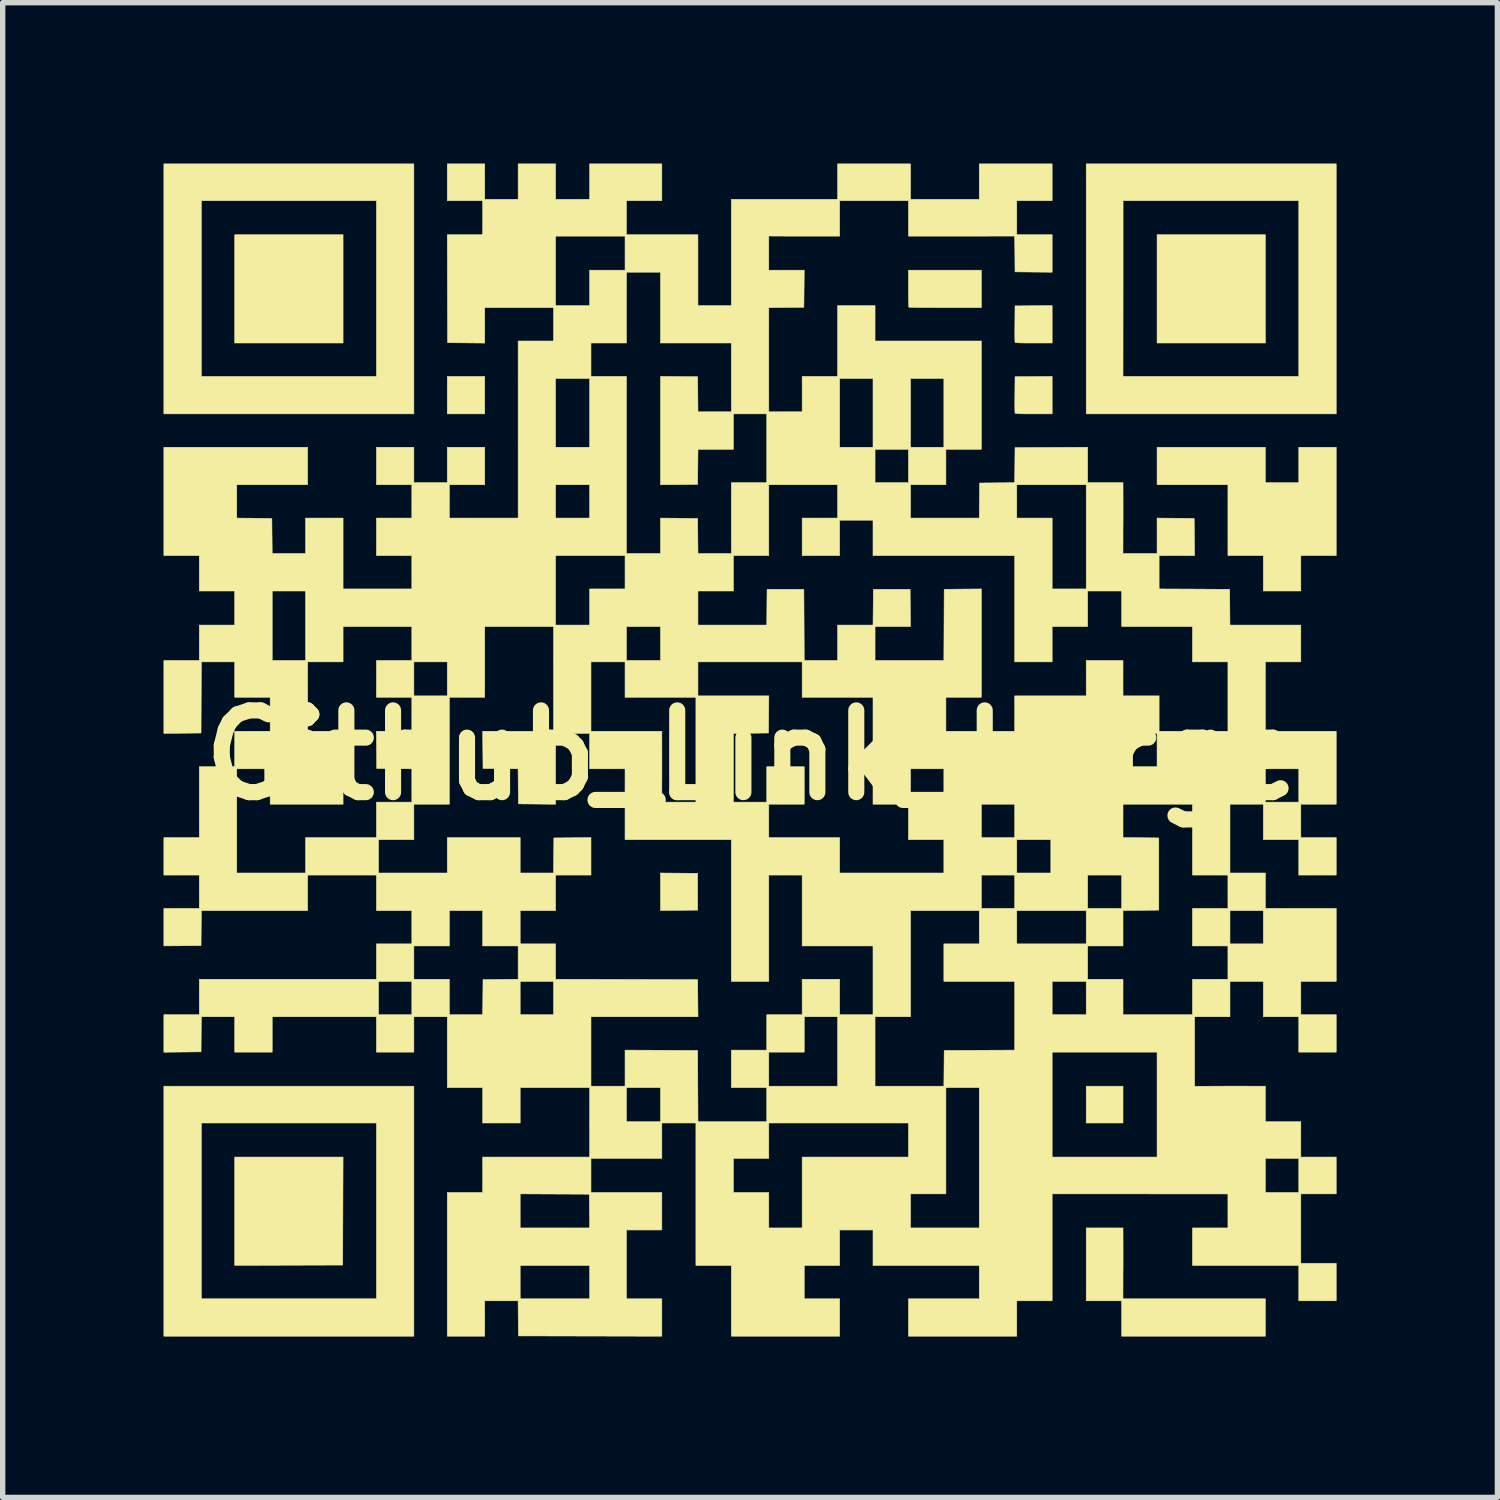
<source format=kicad_pcb>
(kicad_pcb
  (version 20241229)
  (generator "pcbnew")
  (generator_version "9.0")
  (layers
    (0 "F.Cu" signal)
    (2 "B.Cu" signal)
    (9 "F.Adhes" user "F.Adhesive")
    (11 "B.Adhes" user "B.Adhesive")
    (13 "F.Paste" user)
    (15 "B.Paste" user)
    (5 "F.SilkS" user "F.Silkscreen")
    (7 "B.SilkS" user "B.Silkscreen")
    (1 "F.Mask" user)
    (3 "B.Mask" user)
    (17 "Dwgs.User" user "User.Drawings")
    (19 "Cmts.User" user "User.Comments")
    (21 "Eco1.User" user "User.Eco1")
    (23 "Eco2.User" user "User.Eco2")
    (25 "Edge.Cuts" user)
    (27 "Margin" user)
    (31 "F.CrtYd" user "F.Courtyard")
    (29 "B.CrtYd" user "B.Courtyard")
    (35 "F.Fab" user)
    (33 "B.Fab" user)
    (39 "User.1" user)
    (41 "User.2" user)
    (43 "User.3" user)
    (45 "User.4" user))
  (footprint "Github_Link_Large"
    (layer "F.Cu")
    (at 10.991 11.029)
    (property "Reference" "Github_Link_Large" (at 0 0 0) (layer "F.SilkS") (effects (font (size 1.524 1.524) (thickness 0.3))))
    (attr through_hole)
    (fp_poly (pts (xy -7.652 9.506) (xy -9.665 9.512) (xy -9.665 7.493) (xy -7.645 7.493) (xy -7.652 9.506)) (stroke (width 0.01) (type solid)) (fill yes) (layer "F.SilkS"))
    (fp_poly (pts (xy -7.645 -7.684) (xy -9.665 -7.684) (xy -9.665 -9.703) (xy -7.645 -9.703) (xy -7.645 -7.684)) (stroke (width 0.01) (type solid)) (fill yes) (layer "F.SilkS"))
    (fp_poly (pts (xy -5.004 -6.363) (xy -5.702 -6.363) (xy -5.702 -7.061) (xy -5.004 -7.061) (xy -5.004 -6.363)) (stroke (width 0.01) (type solid)) (fill yes) (layer "F.SilkS"))
    (fp_poly (pts (xy 6.896 6.858) (xy 6.21 6.858) (xy 6.21 6.172) (xy 6.896 6.172) (xy 6.896 6.858)) (stroke (width 0.01) (type solid)) (fill yes) (layer "F.SilkS"))
    (fp_poly (pts (xy 9.55 -7.684) (xy 7.531 -7.684) (xy 7.531 -9.703) (xy 9.55 -9.703) (xy 9.55 -7.684)) (stroke (width 0.01) (type solid)) (fill yes) (layer "F.SilkS"))
    (fp_poly (pts (xy -1.381 2.2) (xy -1.035 2.203) (xy -1.035 2.889) (xy -1.727 2.896) (xy -1.727 2.197) (xy -1.381 2.2)) (stroke (width 0.01) (type solid)) (fill yes) (layer "F.SilkS"))
    (fp_poly (pts (xy -6.325 -6.363) (xy -10.986 -6.363) (xy -10.986 -10.338) (xy -10.287 -10.338) (xy -10.287 -7.061) (xy -7.023 -7.061) (xy -7.023 -10.338) (xy -10.287 -10.338) (xy -10.986 -10.338) (xy -10.986 -11.024) (xy -6.325 -11.024) (xy -6.325 -6.363)) (stroke (width 0.01) (type solid)) (fill yes) (layer "F.SilkS"))
    (fp_poly (pts (xy 10.871 -6.363) (xy 6.21 -6.363) (xy 6.21 -7.061) (xy 6.896 -7.061) (xy 10.173 -7.061) (xy 10.173 -10.338) (xy 8.535 -10.338) (xy 6.897 -10.338) (xy 6.897 -8.7) (xy 6.896 -7.061) (xy 6.21 -7.061) (xy 6.21 -11.024) (xy 10.871 -11.024) (xy 10.871 -6.363)) (stroke (width 0.01) (type solid)) (fill yes) (layer "F.SilkS"))
    (fp_poly (pts (xy 9.55 -5.08) (xy 10.173 -5.08) (xy 10.173 -5.74) (xy 10.871 -5.74) (xy 10.871 -3.721) (xy 10.211 -3.721) (xy 10.211 -3.061) (xy 9.512 -3.061) (xy 9.512 -3.721) (xy 8.852 -3.721) (xy 8.852 -5.042) (xy 7.531 -5.042) (xy 7.531 -5.74) (xy 9.55 -5.74) (xy 9.55 -5.08)) (stroke (width 0.01) (type solid)) (fill yes) (layer "F.SilkS"))
    (fp_poly (pts (xy 6.897 9.154) (xy 6.897 9.269) (xy 6.897 9.398) (xy 6.897 9.532) (xy 6.896 9.662) (xy 6.896 9.779) (xy 6.896 9.814) (xy 6.895 10.135) (xy 9.55 10.135) (xy 9.55 10.833) (xy 6.871 10.833) (xy 6.871 10.173) (xy 6.21 10.173) (xy 6.21 8.814) (xy 6.896 8.814) (xy 6.897 9.154)) (stroke (width 0.01) (type solid)) (fill yes) (layer "F.SilkS"))
    (fp_poly (pts (xy 5.575 -7.684) (xy 5.232 -7.684) (xy 5.124 -7.684) (xy 5.04 -7.685) (xy 4.976 -7.686) (xy 4.93 -7.689) (xy 4.901 -7.692) (xy 4.886 -7.696) (xy 4.883 -7.7) (xy 4.881 -7.716) (xy 4.88 -7.755) (xy 4.879 -7.811) (xy 4.879 -7.883) (xy 4.879 -7.966) (xy 4.88 -8.046) (xy 4.883 -8.376) (xy 5.229 -8.379) (xy 5.575 -8.382) (xy 5.575 -7.684)) (stroke (width 0.01) (type solid)) (fill yes) (layer "F.SilkS"))
    (fp_poly (pts (xy 5.575 -6.363) (xy 5.232 -6.363) (xy 5.124 -6.363) (xy 5.04 -6.364) (xy 4.976 -6.365) (xy 4.93 -6.368) (xy 4.901 -6.371) (xy 4.886 -6.375) (xy 4.883 -6.379) (xy 4.881 -6.395) (xy 4.88 -6.434) (xy 4.879 -6.491) (xy 4.879 -6.562) (xy 4.879 -6.645) (xy 4.88 -6.725) (xy 4.883 -7.055) (xy 5.229 -7.058) (xy 5.575 -7.062) (xy 5.575 -6.363)) (stroke (width 0.01) (type solid)) (fill yes) (layer "F.SilkS"))
    (fp_poly (pts (xy 4.255 -8.344) (xy 3.584 -8.344) (xy 3.455 -8.344) (xy 3.335 -8.345) (xy 3.224 -8.345) (xy 3.126 -8.346) (xy 3.043 -8.347) (xy 2.978 -8.349) (xy 2.931 -8.35) (xy 2.907 -8.352) (xy 2.904 -8.352) (xy 2.902 -8.367) (xy 2.9 -8.403) (xy 2.898 -8.458) (xy 2.897 -8.529) (xy 2.896 -8.611) (xy 2.896 -8.701) (xy 2.896 -9.042) (xy 4.255 -9.042) (xy 4.255 -8.344)) (stroke (width 0.01) (type solid)) (fill yes) (layer "F.SilkS"))
    (fp_poly (pts (xy -8.143 6.172) (xy -7.942 6.172) (xy -7.749 6.172) (xy -7.564 6.172) (xy -7.39 6.172) (xy -7.228 6.172) (xy -7.082 6.172) (xy -6.952 6.172) (xy -6.84 6.172) (xy -6.75 6.172) (xy -6.682 6.172) (xy -6.658 6.172) (xy -6.325 6.172) (xy -6.325 10.833) (xy -10.986 10.833) (xy -10.986 6.858) (xy -10.287 6.858) (xy -10.287 10.135) (xy -7.023 10.135) (xy -7.023 6.858) (xy -10.287 6.858) (xy -10.986 6.858) (xy -10.986 6.172) (xy -10.658 6.172) (xy -10.588 6.172) (xy -10.495 6.172) (xy -10.382 6.172) (xy -10.25 6.172) (xy -10.102 6.172) (xy -9.94 6.172) (xy -9.764 6.172) (xy -9.578 6.172) (xy -9.384 6.172) (xy -9.183 6.172) (xy -8.976 6.172) (xy -8.768 6.172) (xy -8.558 6.172) (xy -8.349 6.172) (xy -8.143 6.172)) (stroke (width 0.01) (type solid)) (fill yes) (layer "F.SilkS"))
    (fp_poly (pts (xy -5.004 -10.363) (xy -4.381 -10.363) (xy -4.381 -11.024) (xy -3.683 -11.024) (xy -3.683 -10.363) (xy -3.048 -10.363) (xy -3.048 -11.024) (xy -1.702 -11.024) (xy -1.702 -10.338) (xy -2.362 -10.338) (xy -2.362 -9.703) (xy -1.029 -9.703) (xy -1.029 -8.382) (xy -0.406 -8.382) (xy -0.406 -10.363) (xy 1.575 -10.363) (xy 1.575 -11.024) (xy 2.934 -11.024) (xy 2.934 -10.363) (xy 4.216 -10.363) (xy 4.216 -11.024) (xy 5.575 -11.024) (xy 5.575 -10.338) (xy 4.915 -10.338) (xy 4.915 -9.703) (xy 5.575 -9.703) (xy 5.575 -9.353) (xy 5.575 -9.004) (xy 5.229 -9.007) (xy 4.883 -9.011) (xy 4.88 -9.344) (xy 4.876 -9.678) (xy 4.226 -9.677) (xy 4.085 -9.677) (xy 3.94 -9.677) (xy 3.795 -9.677) (xy 3.654 -9.677) (xy 3.522 -9.677) (xy 3.403 -9.677) (xy 3.302 -9.677) (xy 3.235 -9.677) (xy 2.896 -9.677) (xy 2.896 -10.338) (xy 1.613 -10.338) (xy 1.613 -9.677) (xy 1.273 -9.677) (xy 1.158 -9.677) (xy 1.029 -9.677) (xy 0.895 -9.677) (xy 0.765 -9.677) (xy 0.648 -9.677) (xy 0.613 -9.677) (xy 0.292 -9.679) (xy 0.292 -9.042) (xy 0.953 -9.042) (xy 0.946 -8.35) (xy 0.292 -8.343) (xy 0.292 -6.401) (xy 0.914 -6.401) (xy 0.914 -7.023) (xy 1.613 -7.023) (xy 1.613 -5.74) (xy 2.235 -5.74) (xy 2.235 -7.023) (xy 2.934 -7.023) (xy 2.934 -5.74) (xy 3.556 -5.74) (xy 3.556 -7.023) (xy 2.934 -7.023) (xy 2.235 -7.023) (xy 1.613 -7.023) (xy 0.914 -7.023) (xy 0.914 -7.061) (xy 1.575 -7.061) (xy 1.575 -8.382) (xy 2.273 -8.382) (xy 2.273 -7.722) (xy 4.255 -7.722) (xy 4.255 -5.702) (xy 3.594 -5.702) (xy 3.594 -5.042) (xy 2.934 -5.042) (xy 2.934 -4.42) (xy 4.216 -4.42) (xy 4.219 -4.747) (xy 4.222 -5.042) (xy 4.915 -5.042) (xy 4.915 -4.42) (xy 5.575 -4.42) (xy 5.575 -3.099) (xy 6.21 -3.099) (xy 6.21 -5.042) (xy 4.915 -5.042) (xy 4.222 -5.042) (xy 4.223 -5.074) (xy 4.876 -5.08) (xy 4.883 -5.734) (xy 5.559 -5.737) (xy 6.236 -5.741) (xy 6.236 -5.08) (xy 6.896 -5.08) (xy 6.897 -4.74) (xy 6.897 -4.625) (xy 6.897 -4.496) (xy 6.897 -4.362) (xy 6.896 -4.232) (xy 6.896 -4.115) (xy 6.896 -4.08) (xy 6.895 -3.759) (xy 7.213 -3.759) (xy 7.531 -3.759) (xy 7.531 -4.42) (xy 7.877 -4.417) (xy 8.223 -4.413) (xy 8.23 -3.721) (xy 7.569 -3.721) (xy 7.569 -3.41) (xy 7.569 -3.099) (xy 8.226 -3.096) (xy 8.884 -3.092) (xy 8.887 -2.759) (xy 8.89 -2.425) (xy 9.211 -2.426) (xy 9.321 -2.426) (xy 9.448 -2.426) (xy 9.581 -2.426) (xy 9.713 -2.426) (xy 9.834 -2.426) (xy 9.871 -2.426) (xy 10.211 -2.426) (xy 10.211 -1.74) (xy 9.55 -1.74) (xy 9.55 -0.445) (xy 10.871 -0.445) (xy 10.871 0.914) (xy 10.211 0.914) (xy 10.211 1.537) (xy 10.871 1.537) (xy 10.871 2.235) (xy 10.173 2.235) (xy 10.173 1.575) (xy 9.512 1.575) (xy 9.512 0.914) (xy 8.89 0.914) (xy 8.89 2.197) (xy 9.55 2.197) (xy 9.55 2.857) (xy 10.871 2.857) (xy 10.871 4.216) (xy 10.211 4.216) (xy 10.211 4.839) (xy 10.871 4.839) (xy 10.871 5.537) (xy 10.173 5.537) (xy 10.173 4.877) (xy 9.512 4.877) (xy 9.512 4.216) (xy 8.89 4.216) (xy 8.89 4.877) (xy 8.23 4.877) (xy 8.23 6.174) (xy 8.557 6.172) (xy 8.67 6.172) (xy 8.8 6.171) (xy 8.936 6.171) (xy 9.068 6.171) (xy 9.189 6.171) (xy 9.217 6.171) (xy 9.55 6.172) (xy 9.55 6.833) (xy 10.211 6.833) (xy 10.211 7.493) (xy 10.871 7.493) (xy 10.871 8.179) (xy 10.211 8.179) (xy 10.211 9.474) (xy 10.871 9.474) (xy 10.871 10.173) (xy 10.173 10.173) (xy 10.173 9.512) (xy 8.191 9.512) (xy 8.191 8.814) (xy 8.852 8.814) (xy 8.852 8.18) (xy 5.575 8.179) (xy 5.575 10.173) (xy 4.915 10.173) (xy 4.915 10.833) (xy 2.896 10.833) (xy 2.896 10.135) (xy 4.216 10.135) (xy 4.216 9.512) (xy 2.235 9.512) (xy 2.235 8.852) (xy 1.613 8.852) (xy 1.613 9.512) (xy 0.953 9.512) (xy 0.953 10.135) (xy 1.613 10.135) (xy 1.613 10.833) (xy -0.406 10.833) (xy -0.406 9.512) (xy -1.067 9.512) (xy -1.067 7.518) (xy -0.368 7.518) (xy -0.368 8.153) (xy 0.292 8.153) (xy 0.292 8.814) (xy 0.914 8.814) (xy 0.914 8.179) (xy 2.934 8.179) (xy 2.934 8.814) (xy 4.216 8.814) (xy 4.216 7.518) (xy 9.55 7.518) (xy 9.55 8.153) (xy 10.173 8.153) (xy 10.173 7.518) (xy 9.55 7.518) (xy 4.216 7.518) (xy 4.216 6.198) (xy 3.594 6.198) (xy 3.594 8.179) (xy 2.934 8.179) (xy 0.914 8.179) (xy 0.914 7.493) (xy 2.896 7.493) (xy 2.896 6.858) (xy 0.292 6.858) (xy 0.292 7.518) (xy -0.368 7.518) (xy -1.067 7.518) (xy -1.067 6.858) (xy -1.702 6.858) (xy -1.702 7.518) (xy -3.023 7.518) (xy -3.023 8.153) (xy -1.702 8.153) (xy -1.702 8.852) (xy -2.362 8.852) (xy -2.362 10.135) (xy -1.702 10.135) (xy -1.702 10.833) (xy -4.375 10.827) (xy -4.379 10.5) (xy -4.382 10.173) (xy -5.004 10.173) (xy -5.004 10.833) (xy -5.702 10.833) (xy -5.702 9.512) (xy -4.343 9.512) (xy -4.343 10.135) (xy -3.048 10.135) (xy -3.048 9.512) (xy -4.343 9.512) (xy -5.702 9.512) (xy -5.702 8.814) (xy -4.343 8.814) (xy -3.048 8.814) (xy -3.051 8.499) (xy -3.054 8.185) (xy -4.343 8.179) (xy -4.343 8.814) (xy -5.702 8.814) (xy -5.702 8.153) (xy -5.042 8.153) (xy -5.042 7.493) (xy -3.048 7.493) (xy -3.048 6.198) (xy -2.362 6.198) (xy -2.362 6.833) (xy -1.727 6.833) (xy -1.727 6.198) (xy -2.362 6.198) (xy -3.048 6.198) (xy -4.343 6.198) (xy -4.343 6.858) (xy -5.042 6.858) (xy -5.042 6.198) (xy -5.702 6.198) (xy -5.702 4.877) (xy -6.325 4.877) (xy -6.325 5.537) (xy -7.023 5.537) (xy -7.023 4.877) (xy -8.966 4.877) (xy -8.966 5.537) (xy -9.665 5.537) (xy -9.665 4.877) (xy -10.287 4.877) (xy -10.293 5.531) (xy -10.986 5.538) (xy -10.986 4.839) (xy -10.325 4.839) (xy -10.325 4.216) (xy -6.985 4.216) (xy -6.985 4.839) (xy -6.363 4.839) (xy -6.363 4.216) (xy -6.985 4.216) (xy -10.325 4.216) (xy -10.325 4.178) (xy -7.023 4.178) (xy -7.023 3.556) (xy -6.325 3.556) (xy -6.325 4.178) (xy -5.664 4.178) (xy -5.664 4.839) (xy -5.042 4.839) (xy -5.039 4.512) (xy -5.036 4.216) (xy -4.343 4.216) (xy -4.343 4.839) (xy -3.721 4.839) (xy -3.721 4.216) (xy -4.343 4.216) (xy -5.036 4.216) (xy -5.036 4.185) (xy -4.709 4.181) (xy -4.381 4.178) (xy -4.381 3.556) (xy -5.042 3.556) (xy -5.042 2.896) (xy -5.664 2.896) (xy -5.664 3.556) (xy -6.325 3.556) (xy -7.023 3.556) (xy -7.023 3.518) (xy -6.363 3.518) (xy -6.363 2.896) (xy -7.023 2.896) (xy -7.023 2.235) (xy -8.306 2.235) (xy -8.306 2.896) (xy -10.287 2.896) (xy -10.293 3.55) (xy -10.986 3.556) (xy -10.986 2.857) (xy -10.325 2.857) (xy -10.325 2.235) (xy -10.986 2.235) (xy -10.986 1.537) (xy -10.325 1.537) (xy -10.325 0.254) (xy -9.627 0.254) (xy -9.627 2.197) (xy -8.344 2.197) (xy -8.344 1.575) (xy -6.985 1.575) (xy -6.985 2.197) (xy -5.702 2.197) (xy -5.702 1.537) (xy -4.343 1.537) (xy -4.343 2.197) (xy -3.722 2.197) (xy -3.718 1.87) (xy -3.715 1.543) (xy -3.369 1.54) (xy -3.023 1.536) (xy -3.023 2.235) (xy -3.683 2.235) (xy -3.683 2.896) (xy -4.343 2.896) (xy -4.343 3.518) (xy -3.683 3.518) (xy -3.683 4.178) (xy -1.035 4.185) (xy -1.028 4.877) (xy -3.023 4.877) (xy -3.023 6.172) (xy -2.388 6.172) (xy -2.388 5.499) (xy -1.711 5.502) (xy -1.035 5.505) (xy -1.028 6.833) (xy 0.254 6.833) (xy 0.254 6.198) (xy -0.406 6.198) (xy -0.406 5.537) (xy 0.292 5.537) (xy 0.292 6.172) (xy 1.575 6.172) (xy 1.575 4.877) (xy 2.273 4.877) (xy 2.273 6.172) (xy 3.556 6.172) (xy 3.559 5.839) (xy 3.562 5.537) (xy 5.575 5.537) (xy 5.575 7.493) (xy 7.531 7.493) (xy 7.531 5.537) (xy 5.575 5.537) (xy 3.562 5.537) (xy 3.562 5.505) (xy 4.22 5.502) (xy 4.877 5.499) (xy 4.877 4.216) (xy 5.575 4.216) (xy 5.575 4.839) (xy 6.21 4.839) (xy 6.21 4.216) (xy 5.575 4.216) (xy 4.877 4.216) (xy 3.556 4.216) (xy 3.556 3.556) (xy 6.236 3.556) (xy 6.236 4.178) (xy 6.896 4.178) (xy 6.896 4.839) (xy 8.191 4.839) (xy 8.191 4.178) (xy 8.852 4.178) (xy 8.852 3.556) (xy 8.191 3.556) (xy 8.191 2.896) (xy 8.89 2.896) (xy 8.89 3.518) (xy 9.512 3.518) (xy 9.512 2.896) (xy 8.89 2.896) (xy 8.191 2.896) (xy 8.191 2.857) (xy 8.852 2.857) (xy 8.852 2.235) (xy 8.191 2.235) (xy 8.191 0.914) (xy 6.896 0.914) (xy 6.896 1.536) (xy 7.563 1.543) (xy 7.563 2.889) (xy 7.229 2.893) (xy 6.896 2.896) (xy 6.896 3.556) (xy 6.236 3.556) (xy 3.556 3.556) (xy 3.556 3.518) (xy 4.216 3.518) (xy 4.216 2.896) (xy 4.915 2.896) (xy 4.915 3.518) (xy 6.21 3.518) (xy 6.21 2.896) (xy 4.915 2.896) (xy 4.216 2.896) (xy 2.934 2.896) (xy 2.934 4.877) (xy 2.273 4.877) (xy 1.575 4.877) (xy 0.953 4.877) (xy 0.953 5.537) (xy 0.292 5.537) (xy -0.406 5.537) (xy -0.406 5.499) (xy 0.254 5.499) (xy 0.254 4.839) (xy 0.914 4.839) (xy 0.914 4.178) (xy 1.613 4.178) (xy 1.613 4.839) (xy 2.235 4.839) (xy 2.235 3.556) (xy 0.914 3.556) (xy 0.914 2.235) (xy 4.255 2.235) (xy 4.255 2.857) (xy 4.877 2.857) (xy 4.877 2.235) (xy 6.236 2.235) (xy 6.236 2.857) (xy 6.871 2.857) (xy 6.871 2.235) (xy 6.236 2.235) (xy 4.877 2.235) (xy 4.255 2.235) (xy 0.914 2.235) (xy 0.292 2.235) (xy 0.292 4.216) (xy -0.406 4.216) (xy -0.406 1.575) (xy -2.388 1.575) (xy -2.388 0.254) (xy -3.048 0.254) (xy -3.048 -0.406) (xy -3.683 -0.406) (xy -3.683 0.915) (xy -4.375 0.908) (xy -4.379 0.581) (xy -4.382 0.254) (xy -4.709 0.251) (xy -5.036 0.248) (xy -5.039 -0.098) (xy -5.042 -0.445) (xy -4.382 -0.445) (xy -3.721 -0.445) (xy -3.721 -1.74) (xy -3.023 -1.74) (xy -3.023 -0.445) (xy -1.702 -0.445) (xy -1.701 -0.111) (xy -1.701 0.004) (xy -1.701 0.134) (xy -1.701 0.27) (xy -1.701 0.403) (xy -1.702 0.521) (xy -1.702 0.549) (xy -1.703 0.876) (xy -1.067 0.876) (xy -1.067 -1.079) (xy -2.388 -1.079) (xy -2.388 -1.74) (xy -1.029 -1.74) (xy -1.029 -1.105) (xy 0.293 -1.105) (xy 0.286 -0.413) (xy -0.368 -0.406) (xy -0.368 0.876) (xy 0.254 0.876) (xy 0.254 0.216) (xy 0.953 0.216) (xy 0.953 0.914) (xy 0.292 0.914) (xy 0.292 1.537) (xy 1.613 1.537) (xy 1.613 2.197) (xy 3.556 2.197) (xy 3.556 1.575) (xy 4.915 1.575) (xy 4.915 2.197) (xy 5.55 2.197) (xy 5.55 1.575) (xy 4.915 1.575) (xy 3.556 1.575) (xy 2.896 1.575) (xy 2.896 0.914) (xy 4.255 0.914) (xy 4.255 1.537) (xy 4.877 1.537) (xy 4.877 0.914) (xy 4.255 0.914) (xy 2.896 0.914) (xy 2.235 0.914) (xy 2.235 0.254) (xy 2.934 0.254) (xy 2.934 0.876) (xy 3.556 0.876) (xy 3.556 0.254) (xy 9.55 0.254) (xy 9.55 0.876) (xy 10.173 0.876) (xy 10.173 0.254) (xy 9.55 0.254) (xy 3.556 0.254) (xy 2.934 0.254) (xy 2.235 0.254) (xy 2.235 -0.406) (xy 6.896 -0.406) (xy 6.896 0.216) (xy 7.531 0.216) (xy 7.531 -0.406) (xy 6.896 -0.406) (xy 2.235 -0.406) (xy 2.235 -1.079) (xy 0.914 -1.079) (xy 0.914 -1.74) (xy -1.029 -1.74) (xy -2.388 -1.74) (xy -3.023 -1.74) (xy -3.721 -1.74) (xy -3.721 -2.4) (xy -2.362 -2.4) (xy -2.362 -1.765) (xy -1.727 -1.765) (xy -1.727 -2.4) (xy -2.362 -2.4) (xy -3.721 -2.4) (xy -5.004 -2.4) (xy -5.004 -1.079) (xy -5.664 -1.079) (xy -5.664 0.914) (xy -6.325 0.914) (xy -6.325 1.575) (xy -6.985 1.575) (xy -8.344 1.575) (xy -8.344 1.537) (xy -7.023 1.537) (xy -7.023 0.876) (xy -6.363 0.876) (xy -6.363 0.254) (xy -7.017 0.248) (xy -7.02 -0.098) (xy -7.024 -0.445) (xy -6.363 -0.445) (xy -6.363 -1.079) (xy -7.023 -1.079) (xy -7.023 -1.74) (xy -6.325 -1.74) (xy -6.325 -1.105) (xy -5.702 -1.105) (xy -5.702 -1.74) (xy -6.325 -1.74) (xy -7.023 -1.74) (xy -7.023 -1.765) (xy -6.363 -1.765) (xy -6.363 -2.4) (xy -7.645 -2.4) (xy -7.645 -1.74) (xy -8.306 -1.74) (xy -8.306 -0.445) (xy -7.645 -0.445) (xy -7.645 0.914) (xy -9.004 0.914) (xy -9.004 0.254) (xy -9.627 0.254) (xy -10.325 0.254) (xy -10.325 0.216) (xy -9.665 0.216) (xy -9.665 -0.445) (xy -9.004 -0.445) (xy -9.004 -1.079) (xy -9.665 -1.079) (xy -9.665 -1.74) (xy -10.287 -1.74) (xy -10.293 -0.413) (xy -10.986 -0.406) (xy -10.986 -1.765) (xy -10.325 -1.765) (xy -10.325 -2.426) (xy -9.665 -2.426) (xy -9.665 -3.061) (xy -8.966 -3.061) (xy -8.966 -1.765) (xy -8.344 -1.765) (xy -8.344 -3.061) (xy -8.966 -3.061) (xy -9.665 -3.061) (xy -10.325 -3.061) (xy -10.325 -3.721) (xy -10.986 -3.721) (xy -10.986 -5.74) (xy -8.306 -5.74) (xy -8.306 -5.042) (xy -9.627 -5.042) (xy -9.627 -4.42) (xy -9.3 -4.417) (xy -8.973 -4.413) (xy -8.966 -3.759) (xy -8.344 -3.759) (xy -8.344 -4.42) (xy -7.645 -4.42) (xy -7.645 -3.099) (xy -6.363 -3.099) (xy -6.363 -3.721) (xy -3.683 -3.721) (xy -3.683 -2.426) (xy -3.048 -2.426) (xy -3.048 -3.061) (xy -1.029 -3.061) (xy -1.029 -2.426) (xy 0.254 -2.426) (xy 0.26 -3.092) (xy 0.946 -3.092) (xy 0.953 -1.765) (xy 1.575 -1.765) (xy 1.575 -2.426) (xy 2.235 -2.426) (xy 2.242 -3.092) (xy 2.927 -3.092) (xy 2.934 -2.4) (xy 2.273 -2.4) (xy 2.273 -1.765) (xy 3.556 -1.765) (xy 3.559 -2.429) (xy 3.562 -3.092) (xy 3.908 -3.096) (xy 4.255 -3.099) (xy 4.255 -1.079) (xy 3.594 -1.079) (xy 3.594 -0.445) (xy 4.877 -0.445) (xy 4.877 -1.105) (xy 6.21 -1.105) (xy 6.21 -1.765) (xy 6.896 -1.765) (xy 6.896 -1.105) (xy 7.569 -1.105) (xy 7.569 -0.445) (xy 8.852 -0.445) (xy 8.852 -1.74) (xy 8.191 -1.74) (xy 8.191 -2.4) (xy 6.871 -2.4) (xy 6.871 -3.061) (xy 6.236 -3.061) (xy 6.236 -2.4) (xy 5.575 -2.4) (xy 5.575 -1.74) (xy 4.877 -1.74) (xy 4.877 -3.721) (xy 2.235 -3.721) (xy 2.235 -4.381) (xy 1.613 -4.381) (xy 1.613 -3.721) (xy 0.914 -3.721) (xy 0.914 -4.42) (xy 1.575 -4.42) (xy 1.575 -5.042) (xy 0.292 -5.042) (xy 0.292 -3.721) (xy -0.368 -3.721) (xy -0.368 -3.061) (xy -1.029 -3.061) (xy -3.048 -3.061) (xy -3.048 -3.099) (xy -2.388 -3.099) (xy -2.388 -3.721) (xy -3.683 -3.721) (xy -6.363 -3.721) (xy -7.023 -3.721) (xy -7.023 -4.42) (xy -6.363 -4.42) (xy -6.363 -5.042) (xy -7.023 -5.042) (xy -7.023 -5.74) (xy -6.325 -5.74) (xy -6.325 -5.08) (xy -5.702 -5.08) (xy -5.702 -5.74) (xy -5.004 -5.74) (xy -5.004 -5.042) (xy -5.664 -5.042) (xy -5.664 -4.42) (xy -4.381 -4.42) (xy -4.381 -5.042) (xy -3.683 -5.042) (xy -3.683 -4.42) (xy -3.048 -4.42) (xy -3.048 -5.042) (xy -3.683 -5.042) (xy -4.381 -5.042) (xy -4.381 -7.023) (xy -3.683 -7.023) (xy -3.683 -5.74) (xy -3.048 -5.74) (xy -3.048 -7.023) (xy -3.683 -7.023) (xy -4.381 -7.023) (xy -4.381 -7.684) (xy -3.023 -7.684) (xy -3.023 -7.061) (xy -2.362 -7.061) (xy -2.362 -3.759) (xy -1.727 -3.759) (xy -1.727 -4.42) (xy -1.381 -4.417) (xy -1.035 -4.413) (xy -1.028 -3.759) (xy -0.406 -3.759) (xy -0.406 -5.08) (xy 0.254 -5.08) (xy 0.254 -5.702) (xy 2.273 -5.702) (xy 2.273 -5.08) (xy 2.896 -5.08) (xy 2.896 -5.702) (xy 2.273 -5.702) (xy 0.254 -5.702) (xy 0.254 -6.363) (xy -0.368 -6.363) (xy -0.368 -5.702) (xy -1.028 -5.702) (xy -1.035 -5.048) (xy -1.727 -5.041) (xy -1.727 -7.062) (xy -1.381 -7.058) (xy -1.035 -7.055) (xy -1.028 -6.401) (xy -0.406 -6.401) (xy -0.406 -7.684) (xy -1.727 -7.684) (xy -1.727 -9.004) (xy -2.362 -9.004) (xy -2.362 -7.684) (xy -3.023 -7.684) (xy -4.381 -7.684) (xy -4.381 -7.722) (xy -3.721 -7.722) (xy -3.721 -8.344) (xy -5.004 -8.344) (xy -5.004 -7.683) (xy -5.696 -7.69) (xy -5.699 -8.696) (xy -5.702 -9.677) (xy -3.683 -9.677) (xy -3.683 -8.382) (xy -3.048 -8.382) (xy -3.048 -9.042) (xy -2.388 -9.042) (xy -2.388 -9.677) (xy -3.683 -9.677) (xy -5.702 -9.677) (xy -5.702 -9.703) (xy -5.042 -9.703) (xy -5.042 -10.338) (xy -5.702 -10.338) (xy -5.702 -11.024) (xy -5.004 -11.024) (xy -5.004 -10.363)) (stroke (width 0.01) (type solid)) (fill yes) (layer "F.SilkS")))
  (gr_rect
    (start -3 -3)
    (end 24.867 24.867)
    (stroke (width 0.1) (type default))
    (fill no)
    (layer "Edge.Cuts")))
</source>
